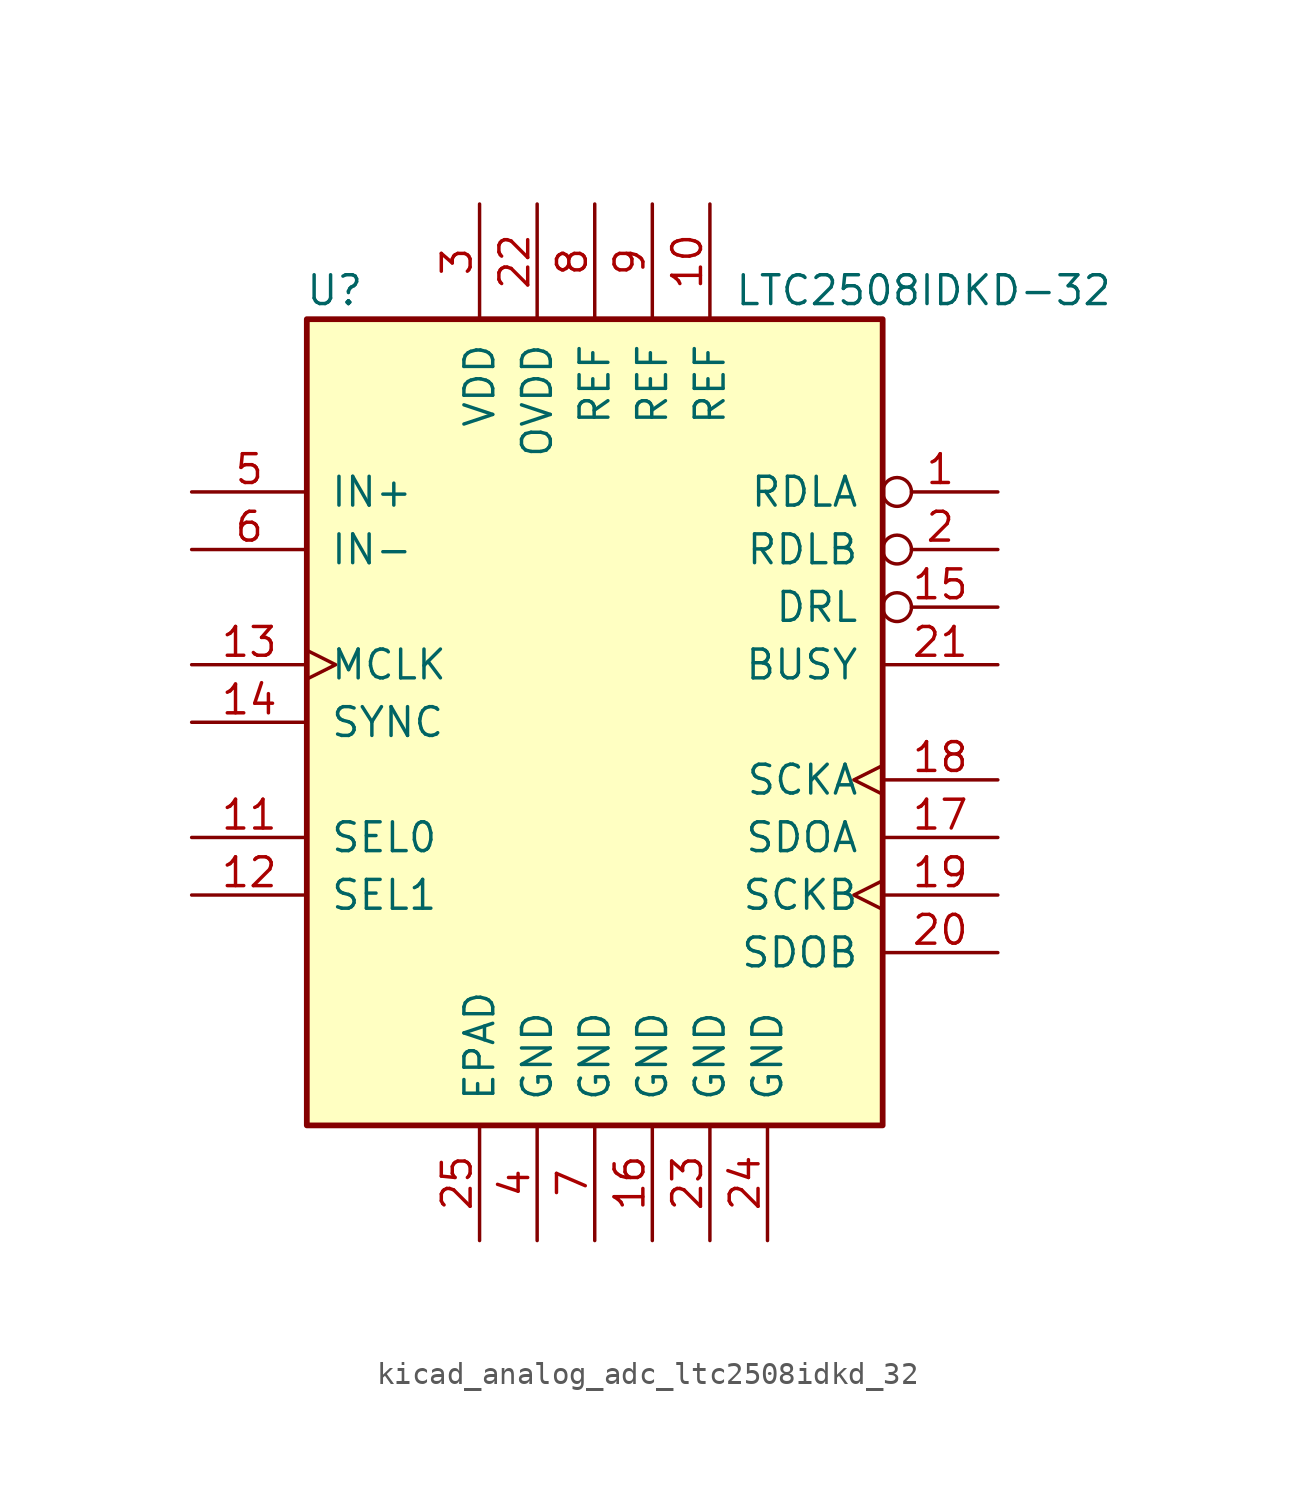
<source format=kicad_sym>
(kicad_symbol_lib
  (version 20220914)
  (generator kicad_symbol_editor)
  (symbol "kicad_analog_adc_ltc2508idkd_32"
    (pin_names
      (offset 1.016))
    (property "Reference" "U"
      (at -10.16 19.05 0)
      (effects (font (size 1.27 1.27)) (justify right)))
    (property "Value" "LTC2508IDKD-32"
      (at 22.86 19.05 0)
      (effects (font (size 1.27 1.27)) (justify right)))
    (symbol "kicad_analog_adc_ltc2508idkd_32_0_1"
      (rectangle (start -12.7 17.78) (end 12.7 -17.78) (stroke (width 0.254) (type default)) (fill (type background))))
    (symbol "kicad_analog_adc_ltc2508idkd_32_1_1"
      (pin input inverted (at 17.78 10.16 180) (length 5.08) (name "RDLA" (effects (font (size 1.27 1.27)))) (number "1" (effects (font (size 1.27 1.27)))))
      (pin passive line (at 5.08 22.86 270) (length 5.08) (name "REF" (effects (font (size 1.27 1.27)))) (number "10" (effects (font (size 1.27 1.27)))))
      (pin input line (at -17.78 -5.08 0) (length 5.08) (name "SEL0" (effects (font (size 1.27 1.27)))) (number "11" (effects (font (size 1.27 1.27)))))
      (pin input line (at -17.78 -7.62 0) (length 5.08) (name "SEL1" (effects (font (size 1.27 1.27)))) (number "12" (effects (font (size 1.27 1.27)))))
      (pin input clock (at -17.78 2.54 0) (length 5.08) (name "MCLK" (effects (font (size 1.27 1.27)))) (number "13" (effects (font (size 1.27 1.27)))))
      (pin input line (at -17.78 0 0) (length 5.08) (name "SYNC" (effects (font (size 1.27 1.27)))) (number "14" (effects (font (size 1.27 1.27)))))
      (pin output inverted (at 17.78 5.08 180) (length 5.08) (name "DRL" (effects (font (size 1.27 1.27)))) (number "15" (effects (font (size 1.27 1.27)))))
      (pin power_in line (at 2.54 -22.86 90) (length 5.08) (name "GND" (effects (font (size 1.27 1.27)))) (number "16" (effects (font (size 1.27 1.27)))))
      (pin tri_state line (at 17.78 -5.08 180) (length 5.08) (name "SDOA" (effects (font (size 1.27 1.27)))) (number "17" (effects (font (size 1.27 1.27)))))
      (pin input clock (at 17.78 -2.54 180) (length 5.08) (name "SCKA" (effects (font (size 1.27 1.27)))) (number "18" (effects (font (size 1.27 1.27)))))
      (pin input clock (at 17.78 -7.62 180) (length 5.08) (name "SCKB" (effects (font (size 1.27 1.27)))) (number "19" (effects (font (size 1.27 1.27)))))
      (pin input inverted (at 17.78 7.62 180) (length 5.08) (name "RDLB" (effects (font (size 1.27 1.27)))) (number "2" (effects (font (size 1.27 1.27)))))
      (pin tri_state line (at 17.78 -10.16 180) (length 5.08) (name "SDOB" (effects (font (size 1.27 1.27)))) (number "20" (effects (font (size 1.27 1.27)))))
      (pin output line (at 17.78 2.54 180) (length 5.08) (name "BUSY" (effects (font (size 1.27 1.27)))) (number "21" (effects (font (size 1.27 1.27)))))
      (pin power_in line (at -2.54 22.86 270) (length 5.08) (name "OVDD" (effects (font (size 1.27 1.27)))) (number "22" (effects (font (size 1.27 1.27)))))
      (pin power_in line (at 5.08 -22.86 90) (length 5.08) (name "GND" (effects (font (size 1.27 1.27)))) (number "23" (effects (font (size 1.27 1.27)))))
      (pin power_in line (at 7.62 -22.86 90) (length 5.08) (name "GND" (effects (font (size 1.27 1.27)))) (number "24" (effects (font (size 1.27 1.27)))))
      (pin power_in line (at -5.08 -22.86 90) (length 5.08) (name "EPAD" (effects (font (size 1.27 1.27)))) (number "25" (effects (font (size 1.27 1.27)))))
      (pin power_in line (at -5.08 22.86 270) (length 5.08) (name "VDD" (effects (font (size 1.27 1.27)))) (number "3" (effects (font (size 1.27 1.27)))))
      (pin power_in line (at -2.54 -22.86 90) (length 5.08) (name "GND" (effects (font (size 1.27 1.27)))) (number "4" (effects (font (size 1.27 1.27)))))
      (pin input line (at -17.78 10.16 0) (length 5.08) (name "IN+" (effects (font (size 1.27 1.27)))) (number "5" (effects (font (size 1.27 1.27)))))
      (pin input line (at -17.78 7.62 0) (length 5.08) (name "IN-" (effects (font (size 1.27 1.27)))) (number "6" (effects (font (size 1.27 1.27)))))
      (pin power_in line (at 0 -22.86 90) (length 5.08) (name "GND" (effects (font (size 1.27 1.27)))) (number "7" (effects (font (size 1.27 1.27)))))
      (pin passive line (at 0 22.86 270) (length 5.08) (name "REF" (effects (font (size 1.27 1.27)))) (number "8" (effects (font (size 1.27 1.27)))))
      (pin passive line (at 2.54 22.86 270) (length 5.08) (name "REF" (effects (font (size 1.27 1.27)))) (number "9" (effects (font (size 1.27 1.27))))))))
</source>
